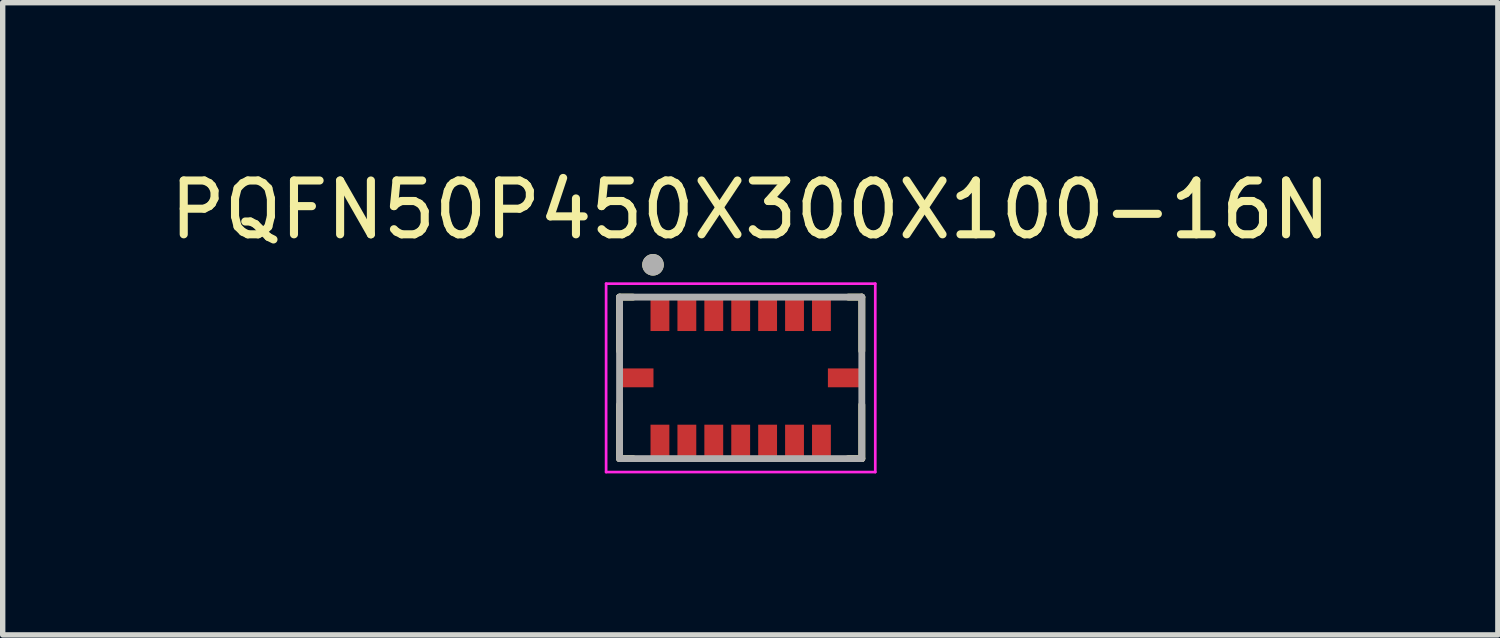
<source format=kicad_pcb>
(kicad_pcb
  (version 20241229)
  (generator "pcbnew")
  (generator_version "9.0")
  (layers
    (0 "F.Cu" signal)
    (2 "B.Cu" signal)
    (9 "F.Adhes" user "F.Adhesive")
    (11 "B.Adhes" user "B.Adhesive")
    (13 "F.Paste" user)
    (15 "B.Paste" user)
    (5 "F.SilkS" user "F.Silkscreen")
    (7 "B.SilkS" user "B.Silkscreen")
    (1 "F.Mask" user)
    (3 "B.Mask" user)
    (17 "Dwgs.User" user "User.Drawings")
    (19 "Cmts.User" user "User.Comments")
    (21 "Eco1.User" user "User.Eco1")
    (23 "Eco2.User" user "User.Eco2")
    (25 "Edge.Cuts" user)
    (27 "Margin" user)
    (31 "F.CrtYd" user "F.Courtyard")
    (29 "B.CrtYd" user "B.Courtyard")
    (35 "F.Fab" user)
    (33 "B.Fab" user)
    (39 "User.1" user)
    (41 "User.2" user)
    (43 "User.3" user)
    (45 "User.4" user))
  (footprint "PQFN50P450X300X100-16N"
    (layer "F.Cu")
    (at 10.709 3.969)
    (property "Reference" "PQFN50P450X300X100-16N" (at 0.178 -3.121 0) (layer "F.SilkS") (effects (font (size 1 1) (thickness 0.15))))
    (attr through_hole)
    (fp_line (start -2.25 -1.5) (end -2 -1.5) (stroke (width 0.127) (type solid)) (layer "F.SilkS"))
    (fp_line (start -2.25 -0.5) (end -2.25 -1.5) (stroke (width 0.127) (type solid)) (layer "F.SilkS"))
    (fp_line (start -2.25 1.5) (end -2.25 0.5) (stroke (width 0.127) (type solid)) (layer "F.SilkS"))
    (fp_line (start -2 1.5) (end -2.25 1.5) (stroke (width 0.127) (type solid)) (layer "F.SilkS"))
    (fp_line (start 2.25 -1.5) (end 2 -1.5) (stroke (width 0.127) (type solid)) (layer "F.SilkS"))
    (fp_line (start 2.25 -0.5) (end 2.25 -1.5) (stroke (width 0.127) (type solid)) (layer "F.SilkS"))
    (fp_line (start 2.25 0.5) (end 2.25 1.5) (stroke (width 0.127) (type solid)) (layer "F.SilkS"))
    (fp_line (start 2.25 1.5) (end 2 1.5) (stroke (width 0.127) (type solid)) (layer "F.SilkS"))
    (fp_circle (center -1.629 -2.1) (end -1.529 -2.1) (stroke (width 0.2) (type solid)) (fill no) (layer "F.SilkS"))
    (fp_line (start -2.5 -1.75) (end 2.5 -1.75) (stroke (width 0.05) (type solid)) (layer "F.CrtYd"))
    (fp_line (start -2.5 1.75) (end -2.5 -1.75) (stroke (width 0.05) (type solid)) (layer "F.CrtYd"))
    (fp_line (start 2.5 -1.75) (end 2.5 1.75) (stroke (width 0.05) (type solid)) (layer "F.CrtYd"))
    (fp_line (start 2.5 1.75) (end -2.5 1.75) (stroke (width 0.05) (type solid)) (layer "F.CrtYd"))
    (fp_line (start -2.25 -1.5) (end 2.25 -1.5) (stroke (width 0.127) (type solid)) (layer "F.Fab"))
    (fp_line (start -2.25 1.5) (end -2.25 -1.5) (stroke (width 0.127) (type solid)) (layer "F.Fab"))
    (fp_line (start 2.25 -1.5) (end 2.25 1.5) (stroke (width 0.127) (type solid)) (layer "F.Fab"))
    (fp_line (start 2.25 1.5) (end -2.25 1.5) (stroke (width 0.127) (type solid)) (layer "F.Fab"))
    (fp_circle (center -1.629 -2.1) (end -1.529 -2.1) (stroke (width 0.2) (type solid)) (fill no) (layer "F.Fab"))
    (pad "1" smd rect (at -1.5 -1.165) (size 0.35 0.59) (layers "F.Cu" "F.Mask" "F.Paste"))
    (pad "2" smd rect (at -1 -1.165) (size 0.35 0.59) (layers "F.Cu" "F.Mask" "F.Paste"))
    (pad "3" smd rect (at -0.5 -1.165) (size 0.35 0.59) (layers "F.Cu" "F.Mask" "F.Paste"))
    (pad "4" smd rect (at 0 -1.165) (size 0.35 0.59) (layers "F.Cu" "F.Mask" "F.Paste"))
    (pad "5" smd rect (at 0.5 -1.165) (size 0.35 0.59) (layers "F.Cu" "F.Mask" "F.Paste"))
    (pad "6" smd rect (at 1 -1.165) (size 0.35 0.59) (layers "F.Cu" "F.Mask" "F.Paste"))
    (pad "7" smd rect (at 1.5 -1.165) (size 0.35 0.59) (layers "F.Cu" "F.Mask" "F.Paste"))
    (pad "8" smd rect (at 1.915 0) (size 0.59 0.35) (layers "F.Cu" "F.Mask" "F.Paste"))
    (pad "9" smd rect (at 1.5 1.165) (size 0.35 0.59) (layers "F.Cu" "F.Mask" "F.Paste"))
    (pad "10" smd rect (at 1 1.165) (size 0.35 0.59) (layers "F.Cu" "F.Mask" "F.Paste"))
    (pad "11" smd rect (at 0.5 1.165) (size 0.35 0.59) (layers "F.Cu" "F.Mask" "F.Paste"))
    (pad "12" smd rect (at 0 1.165) (size 0.35 0.59) (layers "F.Cu" "F.Mask" "F.Paste"))
    (pad "13" smd rect (at -0.5 1.165) (size 0.35 0.59) (layers "F.Cu" "F.Mask" "F.Paste"))
    (pad "14" smd rect (at -1 1.165) (size 0.35 0.59) (layers "F.Cu" "F.Mask" "F.Paste"))
    (pad "15" smd rect (at -1.5 1.165) (size 0.35 0.59) (layers "F.Cu" "F.Mask" "F.Paste"))
    (pad "16" smd rect (at -1.915 0) (size 0.59 0.35) (layers "F.Cu" "F.Mask" "F.Paste")))
  (gr_rect
    (start -3 -3)
    (end 24.774 8.744)
    (stroke (width 0.1) (type default))
    (fill no)
    (layer "Edge.Cuts")))
</source>
